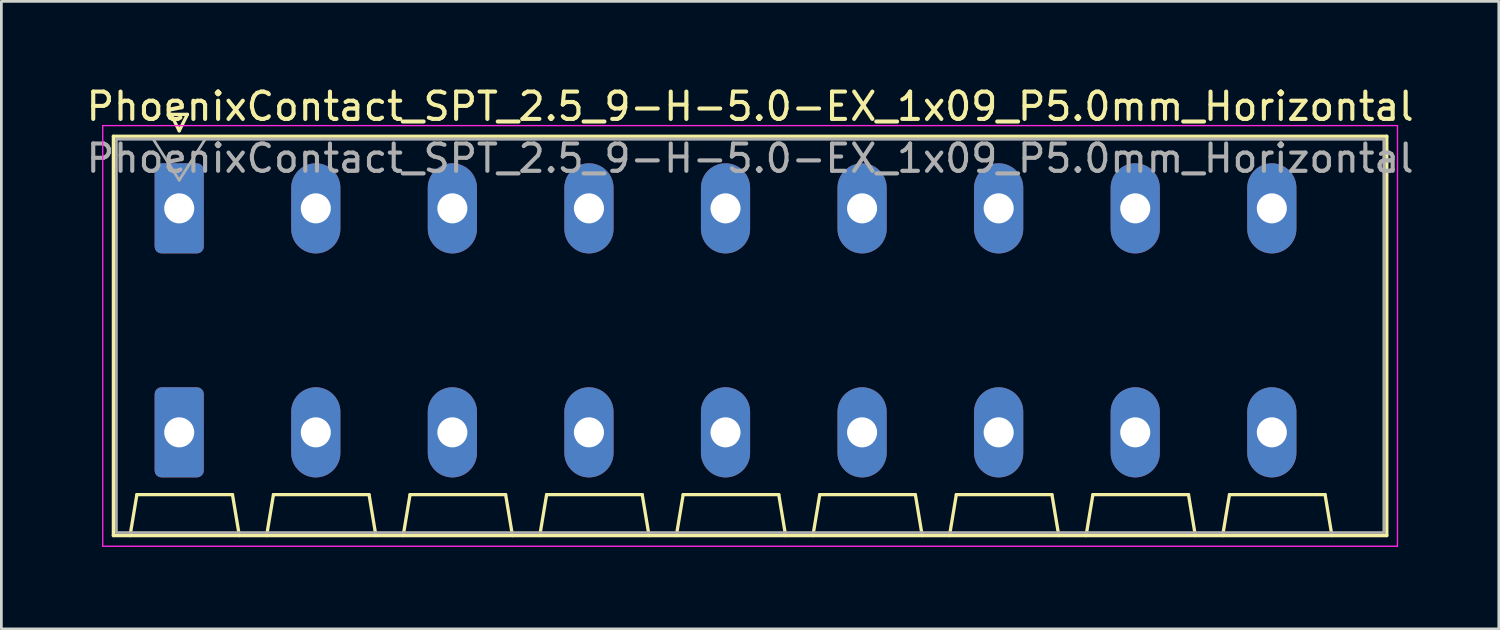
<source format=kicad_pcb>
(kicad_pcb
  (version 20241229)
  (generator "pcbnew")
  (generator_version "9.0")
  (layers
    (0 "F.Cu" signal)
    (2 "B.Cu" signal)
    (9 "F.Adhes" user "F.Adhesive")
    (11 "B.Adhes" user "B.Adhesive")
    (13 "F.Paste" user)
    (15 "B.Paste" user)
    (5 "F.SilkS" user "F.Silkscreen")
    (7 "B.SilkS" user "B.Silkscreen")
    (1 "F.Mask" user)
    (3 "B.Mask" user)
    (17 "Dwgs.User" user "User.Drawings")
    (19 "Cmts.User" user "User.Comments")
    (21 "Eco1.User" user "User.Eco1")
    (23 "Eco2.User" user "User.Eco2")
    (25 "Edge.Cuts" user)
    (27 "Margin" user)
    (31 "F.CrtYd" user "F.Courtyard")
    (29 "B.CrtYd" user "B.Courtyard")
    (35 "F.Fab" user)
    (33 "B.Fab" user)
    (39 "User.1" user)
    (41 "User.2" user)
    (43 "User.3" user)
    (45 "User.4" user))
  (footprint "PhoenixContact_SPT_2.5_9-H-5.0-EX_1x09_P5.0mm_Horizontal"
    (layer "F.Cu")
    (at 3.511 4.578)
    (property "Reference" "PhoenixContact_SPT_2.5_9-H-5.0-EX_1x09_P5.0mm_Horizontal" (at 20.9 -3.73 0) (layer "F.SilkS") (effects (font (size 1 1) (thickness 0.15))))
    (attr through_hole)
    (fp_line (start -2.41 -2.64) (end 44.21 -2.64) (stroke (width 0.12) (type solid)) (layer "F.SilkS"))
    (fp_line (start -2.41 11.98) (end -2.41 -2.64) (stroke (width 0.12) (type solid)) (layer "F.SilkS"))
    (fp_line (start -1.8 11.98) (end -1.55 10.48) (stroke (width 0.12) (type solid)) (layer "F.SilkS"))
    (fp_line (start -1.55 10.48) (end 1.95 10.48) (stroke (width 0.12) (type solid)) (layer "F.SilkS"))
    (fp_line (start -0.3 -3.44) (end 0 -2.84) (stroke (width 0.12) (type solid)) (layer "F.SilkS"))
    (fp_line (start -0.3 -3.44) (end 0.3 -3.44) (stroke (width 0.12) (type solid)) (layer "F.SilkS"))
    (fp_line (start 0.3 -3.44) (end 0 -2.84) (stroke (width 0.12) (type solid)) (layer "F.SilkS"))
    (fp_line (start 2.2 11.98) (end 1.95 10.48) (stroke (width 0.12) (type solid)) (layer "F.SilkS"))
    (fp_line (start 3.2 11.98) (end 3.45 10.48) (stroke (width 0.12) (type solid)) (layer "F.SilkS"))
    (fp_line (start 3.45 10.48) (end 6.95 10.48) (stroke (width 0.12) (type solid)) (layer "F.SilkS"))
    (fp_line (start 7.2 11.98) (end 6.95 10.48) (stroke (width 0.12) (type solid)) (layer "F.SilkS"))
    (fp_line (start 8.2 11.98) (end 8.45 10.48) (stroke (width 0.12) (type solid)) (layer "F.SilkS"))
    (fp_line (start 8.45 10.48) (end 11.95 10.48) (stroke (width 0.12) (type solid)) (layer "F.SilkS"))
    (fp_line (start 12.2 11.98) (end 11.95 10.48) (stroke (width 0.12) (type solid)) (layer "F.SilkS"))
    (fp_line (start 13.2 11.98) (end 13.45 10.48) (stroke (width 0.12) (type solid)) (layer "F.SilkS"))
    (fp_line (start 13.45 10.48) (end 16.95 10.48) (stroke (width 0.12) (type solid)) (layer "F.SilkS"))
    (fp_line (start 17.2 11.98) (end 16.95 10.48) (stroke (width 0.12) (type solid)) (layer "F.SilkS"))
    (fp_line (start 18.2 11.98) (end 18.45 10.48) (stroke (width 0.12) (type solid)) (layer "F.SilkS"))
    (fp_line (start 18.45 10.48) (end 21.95 10.48) (stroke (width 0.12) (type solid)) (layer "F.SilkS"))
    (fp_line (start 22.2 11.98) (end 21.95 10.48) (stroke (width 0.12) (type solid)) (layer "F.SilkS"))
    (fp_line (start 23.2 11.98) (end 23.45 10.48) (stroke (width 0.12) (type solid)) (layer "F.SilkS"))
    (fp_line (start 23.45 10.48) (end 26.95 10.48) (stroke (width 0.12) (type solid)) (layer "F.SilkS"))
    (fp_line (start 27.2 11.98) (end 26.95 10.48) (stroke (width 0.12) (type solid)) (layer "F.SilkS"))
    (fp_line (start 28.2 11.98) (end 28.45 10.48) (stroke (width 0.12) (type solid)) (layer "F.SilkS"))
    (fp_line (start 28.45 10.48) (end 31.95 10.48) (stroke (width 0.12) (type solid)) (layer "F.SilkS"))
    (fp_line (start 32.2 11.98) (end 31.95 10.48) (stroke (width 0.12) (type solid)) (layer "F.SilkS"))
    (fp_line (start 33.2 11.98) (end 33.45 10.48) (stroke (width 0.12) (type solid)) (layer "F.SilkS"))
    (fp_line (start 33.45 10.48) (end 36.95 10.48) (stroke (width 0.12) (type solid)) (layer "F.SilkS"))
    (fp_line (start 37.2 11.98) (end 36.95 10.48) (stroke (width 0.12) (type solid)) (layer "F.SilkS"))
    (fp_line (start 38.2 11.98) (end 38.45 10.48) (stroke (width 0.12) (type solid)) (layer "F.SilkS"))
    (fp_line (start 38.45 10.48) (end 41.95 10.48) (stroke (width 0.12) (type solid)) (layer "F.SilkS"))
    (fp_line (start 42.2 11.98) (end 41.95 10.48) (stroke (width 0.12) (type solid)) (layer "F.SilkS"))
    (fp_line (start 44.21 -2.64) (end 44.21 11.98) (stroke (width 0.12) (type solid)) (layer "F.SilkS"))
    (fp_line (start 44.21 11.98) (end -2.41 11.98) (stroke (width 0.12) (type solid)) (layer "F.SilkS"))
    (fp_line (start -2.8 -3.03) (end -2.8 12.37) (stroke (width 0.05) (type solid)) (layer "F.CrtYd"))
    (fp_line (start -2.8 12.37) (end 44.6 12.37) (stroke (width 0.05) (type solid)) (layer "F.CrtYd"))
    (fp_line (start 44.6 -3.03) (end -2.8 -3.03) (stroke (width 0.05) (type solid)) (layer "F.CrtYd"))
    (fp_line (start 44.6 12.37) (end 44.6 -3.03) (stroke (width 0.05) (type solid)) (layer "F.CrtYd"))
    (fp_line (start -2.3 -2.53) (end -2.3 11.87) (stroke (width 0.1) (type solid)) (layer "F.Fab"))
    (fp_line (start -2.3 11.87) (end 44.1 11.87) (stroke (width 0.1) (type solid)) (layer "F.Fab"))
    (fp_line (start -0.95 -2.53) (end 0 -1.03) (stroke (width 0.1) (type solid)) (layer "F.Fab"))
    (fp_line (start 0.95 -2.53) (end 0 -1.03) (stroke (width 0.1) (type solid)) (layer "F.Fab"))
    (fp_line (start 44.1 -2.53) (end -2.3 -2.53) (stroke (width 0.1) (type solid)) (layer "F.Fab"))
    (fp_line (start 44.1 11.87) (end 44.1 -2.53) (stroke (width 0.1) (type solid)) (layer "F.Fab"))
    (fp_text user "${REFERENCE}" (at 20.9 -1.83 0) (layer "F.Fab") (effects (font (size 1 1) (thickness 0.15))))
    (pad "1" thru_hole roundrect (at 0 0) (size 1.8 3.3) (drill 1.1) (layers "*.Cu" "*.Mask") (roundrect_rratio 0.139))
    (pad "1" thru_hole roundrect (at 0 8.2) (size 1.8 3.3) (drill 1.1) (layers "*.Cu" "*.Mask") (roundrect_rratio 0.139))
    (pad "2" thru_hole oval (at 5 0) (size 1.8 3.3) (drill 1.1) (layers "*.Cu" "*.Mask"))
    (pad "2" thru_hole oval (at 5 8.2) (size 1.8 3.3) (drill 1.1) (layers "*.Cu" "*.Mask"))
    (pad "3" thru_hole oval (at 10 0) (size 1.8 3.3) (drill 1.1) (layers "*.Cu" "*.Mask"))
    (pad "3" thru_hole oval (at 10 8.2) (size 1.8 3.3) (drill 1.1) (layers "*.Cu" "*.Mask"))
    (pad "4" thru_hole oval (at 15 0) (size 1.8 3.3) (drill 1.1) (layers "*.Cu" "*.Mask"))
    (pad "4" thru_hole oval (at 15 8.2) (size 1.8 3.3) (drill 1.1) (layers "*.Cu" "*.Mask"))
    (pad "5" thru_hole oval (at 20 0) (size 1.8 3.3) (drill 1.1) (layers "*.Cu" "*.Mask"))
    (pad "5" thru_hole oval (at 20 8.2) (size 1.8 3.3) (drill 1.1) (layers "*.Cu" "*.Mask"))
    (pad "6" thru_hole oval (at 25 0) (size 1.8 3.3) (drill 1.1) (layers "*.Cu" "*.Mask"))
    (pad "6" thru_hole oval (at 25 8.2) (size 1.8 3.3) (drill 1.1) (layers "*.Cu" "*.Mask"))
    (pad "7" thru_hole oval (at 30 0) (size 1.8 3.3) (drill 1.1) (layers "*.Cu" "*.Mask"))
    (pad "7" thru_hole oval (at 30 8.2) (size 1.8 3.3) (drill 1.1) (layers "*.Cu" "*.Mask"))
    (pad "8" thru_hole oval (at 35 0) (size 1.8 3.3) (drill 1.1) (layers "*.Cu" "*.Mask"))
    (pad "8" thru_hole oval (at 35 8.2) (size 1.8 3.3) (drill 1.1) (layers "*.Cu" "*.Mask"))
    (pad "9" thru_hole oval (at 40 0) (size 1.8 3.3) (drill 1.1) (layers "*.Cu" "*.Mask"))
    (pad "9" thru_hole oval (at 40 8.2) (size 1.8 3.3) (drill 1.1) (layers "*.Cu" "*.Mask")))
  (gr_rect
    (start -3 -3)
    (end 51.821 19.973)
    (stroke (width 0.1) (type default))
    (fill no)
    (layer "Edge.Cuts")))
</source>
